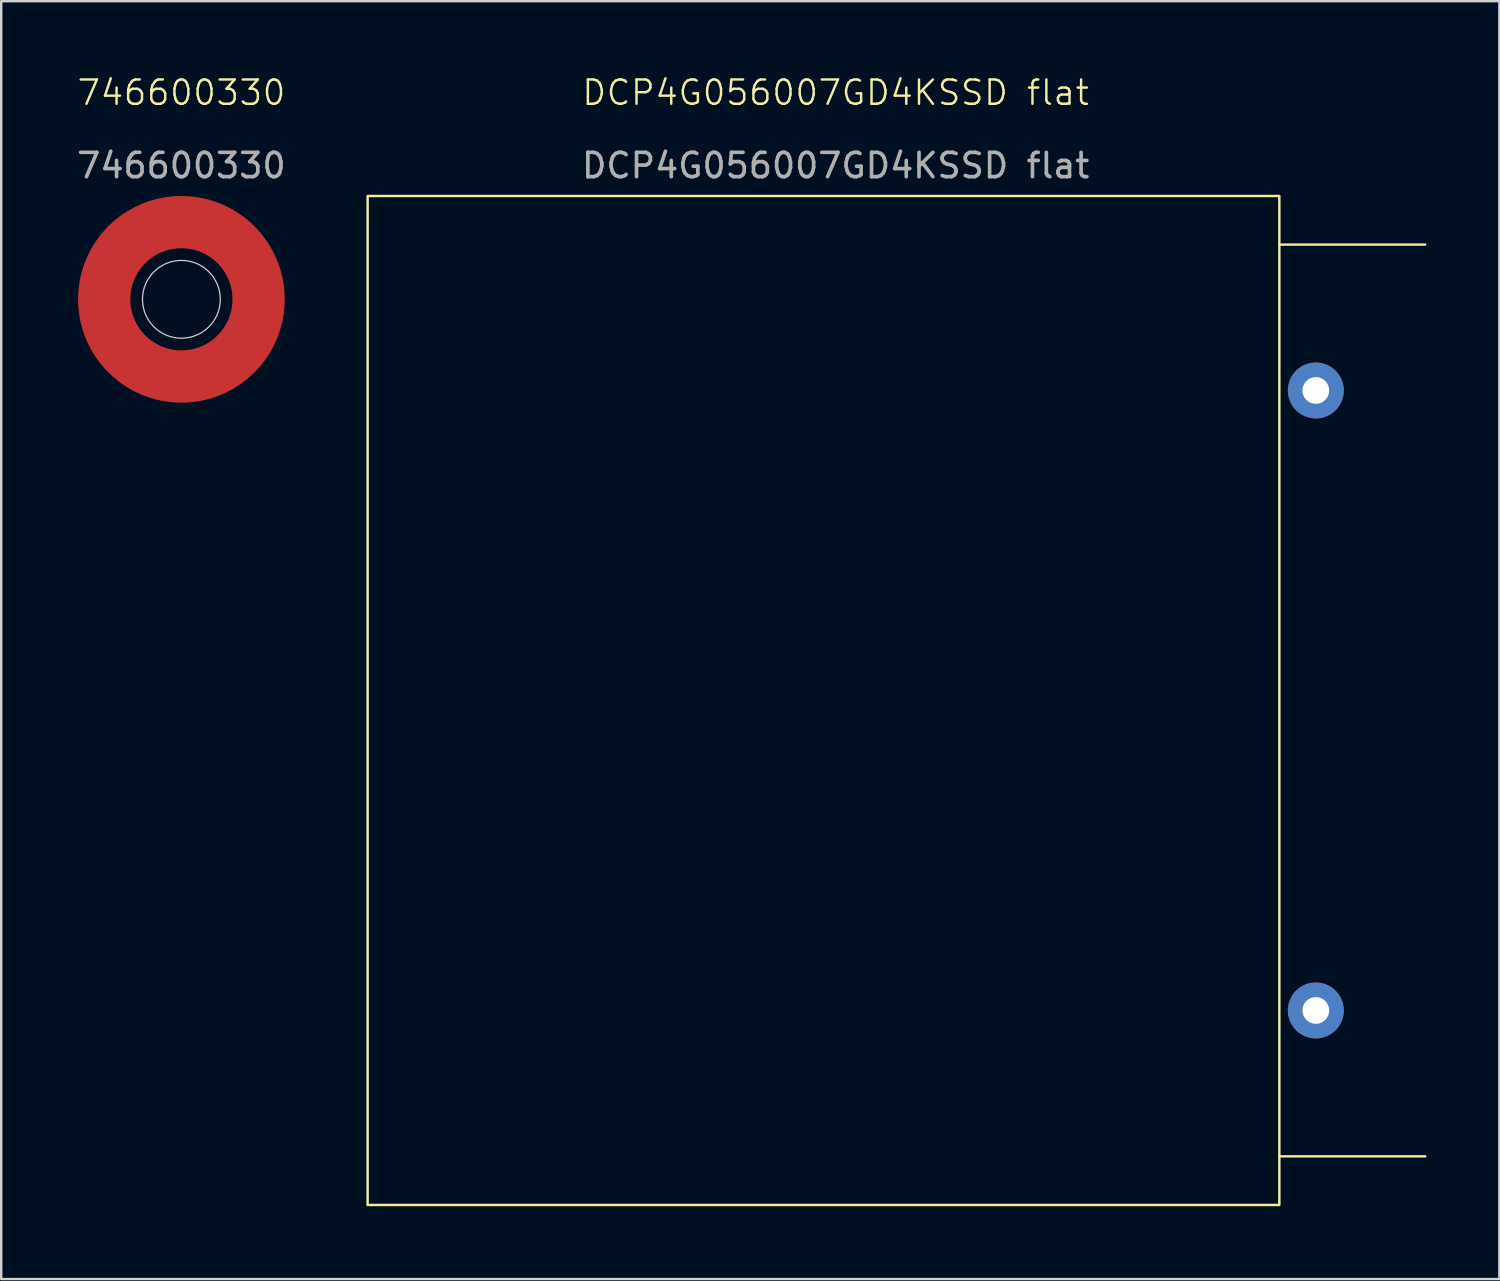
<source format=kicad_pcb>
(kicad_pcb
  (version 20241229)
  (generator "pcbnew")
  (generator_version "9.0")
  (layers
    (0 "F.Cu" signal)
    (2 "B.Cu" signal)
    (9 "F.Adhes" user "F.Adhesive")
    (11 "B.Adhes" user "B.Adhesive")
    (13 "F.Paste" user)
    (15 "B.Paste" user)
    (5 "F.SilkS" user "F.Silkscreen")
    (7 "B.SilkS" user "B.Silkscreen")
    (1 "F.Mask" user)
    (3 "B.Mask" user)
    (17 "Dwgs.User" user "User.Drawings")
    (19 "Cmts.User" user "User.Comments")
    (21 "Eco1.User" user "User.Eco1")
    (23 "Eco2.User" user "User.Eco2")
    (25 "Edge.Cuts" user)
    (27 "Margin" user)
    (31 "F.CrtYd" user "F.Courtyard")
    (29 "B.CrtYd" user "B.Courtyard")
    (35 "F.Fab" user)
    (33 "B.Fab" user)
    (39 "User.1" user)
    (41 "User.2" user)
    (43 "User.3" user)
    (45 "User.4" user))
  (footprint "746600330"
    (layer "F.Cu")
    (at 4.411 9.261)
    (property "Reference" "746600330" (at 0 -8.5 0) (unlocked yes) (layer "F.SilkS") (effects (font (size 1 1) (thickness 0.1))))
    (attr smd)
    (fp_circle (center 0 0) (end 3.175 0) (stroke (width 2.15) (type default)) (fill no) (layer "F.Cu"))
    (fp_circle (center 0 0) (end 2 0) (stroke (width 0.1) (type solid)) (fill yes) (layer "F.Mask"))
    (fp_circle (center 0 0) (end 3.175 0) (stroke (width 2.45) (type default)) (fill no) (layer "F.Mask"))
    (fp_circle (center 0 0) (end 1.6 0) (stroke (width 0.05) (type default)) (fill no) (layer "Edge.Cuts"))
    (fp_text user "${REFERENCE}" (at 0 -5.5 0) (unlocked yes) (layer "F.Fab") (effects (font (size 1 1) (thickness 0.15)))))
  (footprint "DCP4G056007GD4KSSD flat"
    (layer "F.Cu")
    (at 12.071 25.761)
    (property "Reference" "DCP4G056007GD4KSSD flat" (at 19.25 -25 0) (unlocked yes) (layer "F.SilkS") (effects (font (size 1 1) (thickness 0.1))))
    (attr through_hole)
    (fp_line (start 37.5 -18.75) (end 43.5 -18.75) (stroke (width 0.1) (type default)) (layer "F.SilkS"))
    (fp_line (start 37.5 18.75) (end 43.5 18.75) (stroke (width 0.1) (type default)) (layer "F.SilkS"))
    (fp_rect (start 0 -20.75) (end 37.5 20.75) (stroke (width 0.1) (type default)) (fill no) (layer "F.SilkS"))
    (fp_text user "${REFERENCE}" (at 19.25 -22 0) (unlocked yes) (layer "F.Fab") (effects (font (size 1 1) (thickness 0.15))))
    (pad "1" thru_hole circle (at 39 12.75) (size 2.3 2.3) (drill 1.1) (layers "*.Cu" "*.Mask"))
    (pad "2" thru_hole circle (at 39 -12.75) (size 2.3 2.3) (drill 1.1) (layers "*.Cu" "*.Mask")))
  (gr_rect
    (start -3 -3)
    (end 58.621 49.56)
    (stroke (width 0.1) (type default))
    (fill no)
    (layer "Edge.Cuts")))
</source>
